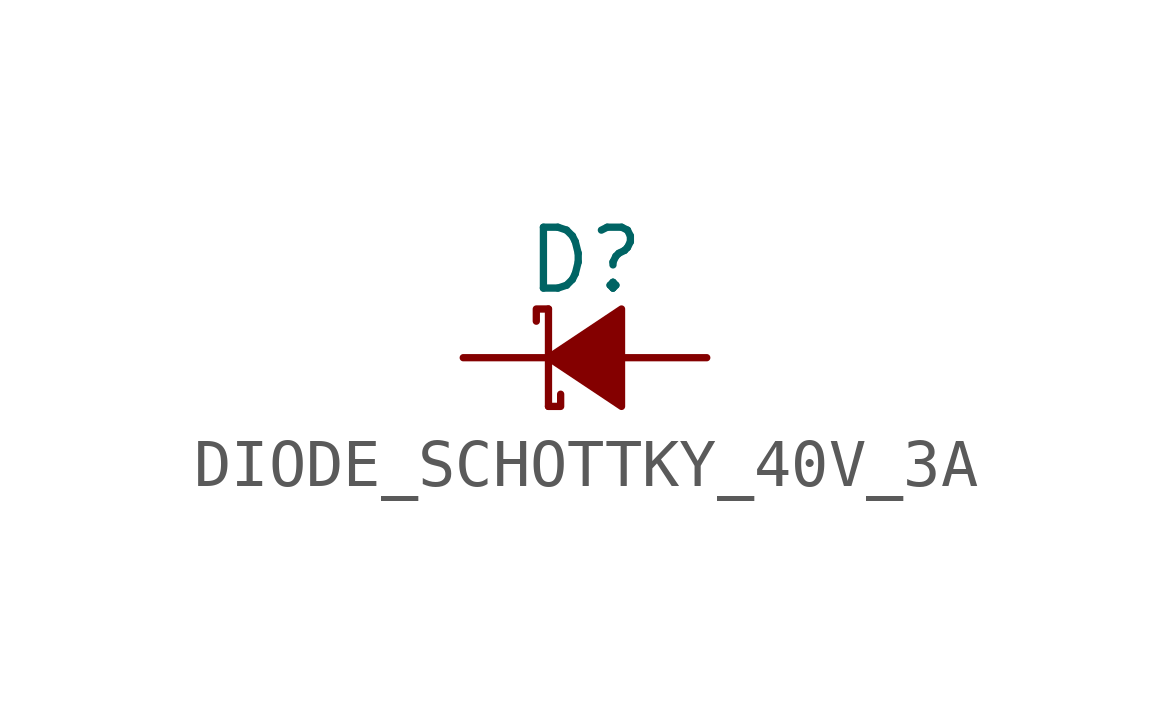
<source format=kicad_sym>
(kicad_symbol_lib
  (version 20211014)
  (generator kicad_symbol_editor)
  (symbol "DIODE_SCHOTTKY_40V_3A"
    (pin_numbers hide)
    (pin_names
      (offset 0.254) hide)
    (property "Reference" "D"
      (at -1.27 2.032 0)
      (effects (font (size 1.27 1.27)) (justify left)))
    (symbol "DIODE_SCHOTTKY_40V_3A_0_1"
      (polyline (pts (xy -0.762 -1.016) (xy -0.762 1.016)) (stroke (width 0) (type default) (color 0 0 0 0)) (fill (type none)))
      (polyline (pts (xy -0.762 -1.016) (xy -0.508 -1.016) (xy -0.508 -0.762)) (stroke (width 0) (type default) (color 0 0 0 0)) (fill (type none)))
      (polyline (pts (xy -0.762 1.016) (xy -1.016 1.016) (xy -1.016 0.762)) (stroke (width 0) (type default) (color 0 0 0 0)) (fill (type none)))
      (polyline (pts (xy 0.762 -1.016) (xy -0.762 0) (xy 0.762 1.016) (xy 0.762 -1.016)) (stroke (width 0) (type default) (color 0 0 0 0)) (fill (type outline))))
    (symbol "DIODE_SCHOTTKY_40V_3A_1_1"
      (pin passive line (at -2.54 0 0) (length 1.778) (name "K" (effects (font (size 1.27 1.27)))) (number "1" (effects (font (size 1.27 1.27)))))
      (pin passive line (at 2.54 0 180) (length 1.778) (name "A" (effects (font (size 1.27 1.27)))) (number "2" (effects (font (size 1.27 1.27))))))))
</source>
